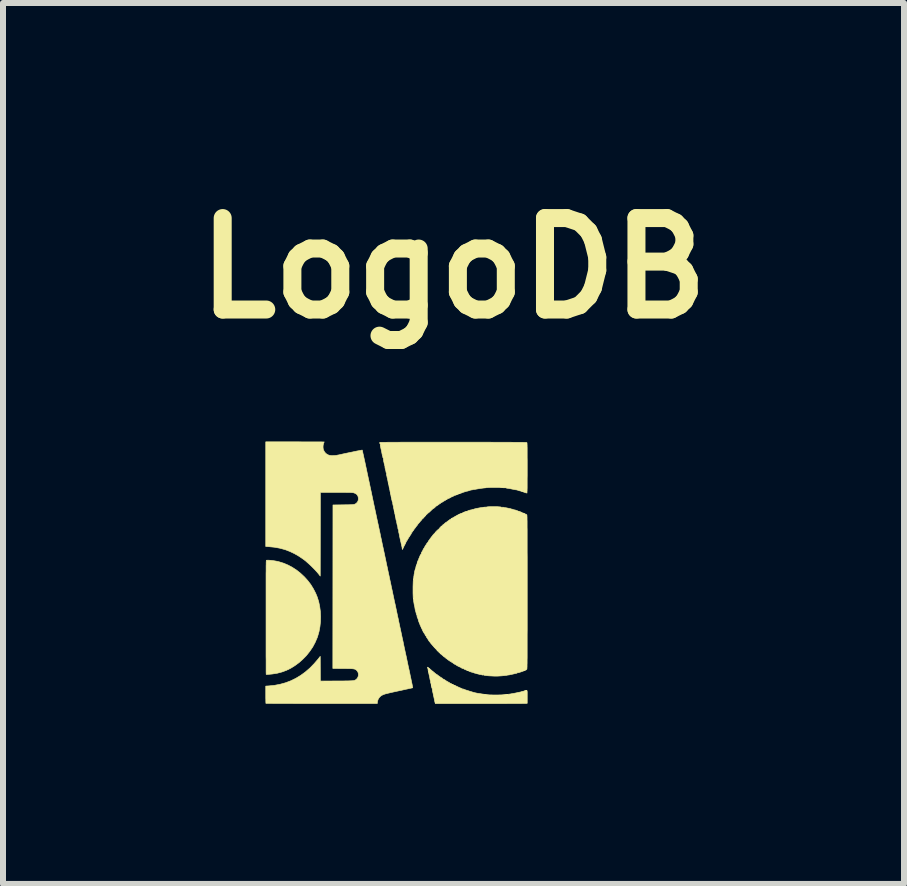
<source format=kicad_pcb>
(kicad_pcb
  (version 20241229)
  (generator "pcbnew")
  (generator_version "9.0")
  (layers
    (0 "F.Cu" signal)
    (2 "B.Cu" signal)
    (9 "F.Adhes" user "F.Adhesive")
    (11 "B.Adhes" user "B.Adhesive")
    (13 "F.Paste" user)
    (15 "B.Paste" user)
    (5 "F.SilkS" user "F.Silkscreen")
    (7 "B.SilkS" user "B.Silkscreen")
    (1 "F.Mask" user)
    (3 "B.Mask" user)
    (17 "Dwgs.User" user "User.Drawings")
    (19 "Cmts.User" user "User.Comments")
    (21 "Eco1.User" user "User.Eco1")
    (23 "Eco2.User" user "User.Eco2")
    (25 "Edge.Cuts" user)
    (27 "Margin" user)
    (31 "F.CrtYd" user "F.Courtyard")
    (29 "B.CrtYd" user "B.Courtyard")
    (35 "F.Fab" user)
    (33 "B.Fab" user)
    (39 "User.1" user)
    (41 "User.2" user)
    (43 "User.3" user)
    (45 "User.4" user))
  (footprint "LogoDB"
    (layer "F.Cu")
    (at 4.507 6.498)
    (property "Reference" "LogoDB" (at 0 -5.08 0) (layer "F.SilkS") (effects (font (size 1.524 1.524) (thickness 0.3))))
    (attr through_hole)
    (fp_poly (pts (xy -0.385 1.162) (xy -0.387 1.164) (xy -0.389 1.162) (xy -0.387 1.16) (xy -0.385 1.162)) (stroke (width 0.01) (type solid)) (fill yes) (layer "F.SilkS"))
    (fp_poly (pts (xy -0.301 1.255) (xy -0.303 1.257) (xy -0.305 1.255) (xy -0.303 1.253) (xy -0.301 1.255)) (stroke (width 0.01) (type solid)) (fill yes) (layer "F.SilkS"))
    (fp_poly (pts (xy -3.054 -0.212) (xy -3.017 -0.208) (xy -2.977 -0.202) (xy -2.939 -0.195) (xy -2.906 -0.187) (xy -2.829 -0.163) (xy -2.754 -0.131) (xy -2.682 -0.092) (xy -2.612 -0.046) (xy -2.547 0.006) (xy -2.486 0.063) (xy -2.429 0.126) (xy -2.378 0.193) (xy -2.334 0.265) (xy -2.296 0.339) (xy -2.271 0.4) (xy -2.247 0.476) (xy -2.23 0.557) (xy -2.219 0.64) (xy -2.215 0.725) (xy -2.217 0.81) (xy -2.226 0.894) (xy -2.241 0.975) (xy -2.263 1.052) (xy -2.272 1.078) (xy -2.306 1.157) (xy -2.347 1.234) (xy -2.397 1.307) (xy -2.452 1.376) (xy -2.505 1.43) (xy -2.571 1.49) (xy -2.64 1.541) (xy -2.71 1.585) (xy -2.783 1.621) (xy -2.859 1.649) (xy -2.938 1.67) (xy -3.021 1.683) (xy -3.089 1.689) (xy -3.104 1.69) (xy -3.116 1.69) (xy -3.122 1.689) (xy -3.122 1.689) (xy -3.122 1.684) (xy -3.122 1.672) (xy -3.123 1.652) (xy -3.123 1.624) (xy -3.123 1.59) (xy -3.123 1.549) (xy -3.123 1.502) (xy -3.123 1.449) (xy -3.124 1.39) (xy -3.124 1.327) (xy -3.124 1.258) (xy -3.124 1.186) (xy -3.124 1.11) (xy -3.124 1.03) (xy -3.124 0.947) (xy -3.124 0.861) (xy -3.124 0.773) (xy -3.124 0.737) (xy -3.124 0.631) (xy -3.124 0.533) (xy -3.124 0.444) (xy -3.124 0.361) (xy -3.124 0.286) (xy -3.124 0.218) (xy -3.124 0.156) (xy -3.124 0.1) (xy -3.124 0.05) (xy -3.124 0.006) (xy -3.123 -0.033) (xy -3.123 -0.067) (xy -3.123 -0.096) (xy -3.123 -0.122) (xy -3.122 -0.143) (xy -3.122 -0.161) (xy -3.122 -0.176) (xy -3.121 -0.187) (xy -3.121 -0.196) (xy -3.12 -0.203) (xy -3.119 -0.208) (xy -3.119 -0.211) (xy -3.118 -0.212) (xy -3.117 -0.213) (xy -3.117 -0.213) (xy -3.089 -0.214) (xy -3.054 -0.212)) (stroke (width 0.01) (type solid)) (fill yes) (layer "F.SilkS"))
    (fp_poly (pts (xy -2.578 -2.186) (xy -2.517 -2.185) (xy -2.459 -2.185) (xy -2.405 -2.185) (xy -2.354 -2.185) (xy -2.308 -2.185) (xy -2.267 -2.185) (xy -2.231 -2.185) (xy -2.202 -2.185) (xy -2.179 -2.184) (xy -2.164 -2.184) (xy -2.156 -2.184) (xy -2.155 -2.184) (xy -2.157 -2.18) (xy -2.161 -2.17) (xy -2.164 -2.162) (xy -2.17 -2.142) (xy -2.174 -2.117) (xy -2.174 -2.091) (xy -2.171 -2.066) (xy -2.166 -2.05) (xy -2.15 -2.019) (xy -2.128 -1.993) (xy -2.1 -1.974) (xy -2.077 -1.964) (xy -2.059 -1.96) (xy -2.036 -1.957) (xy -2.009 -1.957) (xy -1.981 -1.958) (xy -1.955 -1.96) (xy -1.941 -1.963) (xy -1.931 -1.965) (xy -1.913 -1.968) (xy -1.89 -1.973) (xy -1.86 -1.98) (xy -1.827 -1.987) (xy -1.79 -1.995) (xy -1.751 -2.003) (xy -1.718 -2.01) (xy -1.678 -2.018) (xy -1.642 -2.026) (xy -1.608 -2.033) (xy -1.579 -2.038) (xy -1.555 -2.043) (xy -1.537 -2.046) (xy -1.526 -2.048) (xy -1.522 -2.049) (xy -1.52 -2.044) (xy -1.517 -2.032) (xy -1.513 -2.014) (xy -1.508 -1.989) (xy -1.501 -1.96) (xy -1.494 -1.927) (xy -1.486 -1.89) (xy -1.479 -1.859) (xy -1.454 -1.741) (xy -1.431 -1.632) (xy -1.409 -1.53) (xy -1.389 -1.435) (xy -1.37 -1.346) (xy -1.353 -1.264) (xy -1.337 -1.188) (xy -1.322 -1.117) (xy -1.308 -1.052) (xy -1.295 -0.991) (xy -1.283 -0.934) (xy -1.272 -0.882) (xy -1.261 -0.832) (xy -1.255 -0.805) (xy -1.245 -0.757) (xy -1.234 -0.706) (xy -1.223 -0.655) (xy -1.213 -0.604) (xy -1.202 -0.556) (xy -1.193 -0.511) (xy -1.185 -0.472) (xy -1.178 -0.439) (xy -1.177 -0.437) (xy -1.17 -0.403) (xy -1.161 -0.362) (xy -1.151 -0.316) (xy -1.141 -0.267) (xy -1.13 -0.217) (xy -1.12 -0.167) (xy -1.11 -0.119) (xy -1.105 -0.099) (xy -1.095 -0.05) (xy -1.084 0.002) (xy -1.072 0.057) (xy -1.061 0.111) (xy -1.049 0.165) (xy -1.039 0.214) (xy -1.03 0.258) (xy -1.027 0.27) (xy -1.018 0.311) (xy -1.009 0.355) (xy -1 0.398) (xy -0.991 0.44) (xy -0.983 0.479) (xy -0.975 0.513) (xy -0.97 0.536) (xy -0.964 0.564) (xy -0.957 0.598) (xy -0.949 0.637) (xy -0.94 0.679) (xy -0.931 0.723) (xy -0.921 0.766) (xy -0.913 0.807) (xy -0.903 0.854) (xy -0.892 0.906) (xy -0.88 0.961) (xy -0.868 1.017) (xy -0.857 1.07) (xy -0.846 1.12) (xy -0.84 1.147) (xy -0.831 1.193) (xy -0.82 1.245) (xy -0.808 1.301) (xy -0.796 1.356) (xy -0.784 1.41) (xy -0.774 1.46) (xy -0.769 1.484) (xy -0.76 1.527) (xy -0.75 1.574) (xy -0.739 1.622) (xy -0.729 1.67) (xy -0.72 1.715) (xy -0.711 1.755) (xy -0.706 1.781) (xy -0.699 1.813) (xy -0.693 1.842) (xy -0.688 1.867) (xy -0.684 1.888) (xy -0.681 1.903) (xy -0.68 1.911) (xy -0.68 1.912) (xy -0.684 1.913) (xy -0.696 1.916) (xy -0.715 1.92) (xy -0.739 1.925) (xy -0.769 1.932) (xy -0.804 1.939) (xy -0.842 1.948) (xy -0.883 1.957) (xy -0.907 1.962) (xy -0.962 1.974) (xy -1.008 1.984) (xy -1.048 1.993) (xy -1.082 2.001) (xy -1.11 2.008) (xy -1.134 2.014) (xy -1.153 2.02) (xy -1.169 2.026) (xy -1.182 2.032) (xy -1.194 2.038) (xy -1.204 2.044) (xy -1.213 2.051) (xy -1.217 2.054) (xy -1.239 2.077) (xy -1.256 2.105) (xy -1.266 2.136) (xy -1.268 2.149) (xy -1.271 2.175) (xy -2.197 2.175) (xy -2.285 2.175) (xy -2.371 2.175) (xy -2.454 2.175) (xy -2.534 2.175) (xy -2.611 2.175) (xy -2.683 2.174) (xy -2.752 2.174) (xy -2.816 2.174) (xy -2.876 2.174) (xy -2.93 2.174) (xy -2.978 2.174) (xy -3.02 2.173) (xy -3.056 2.173) (xy -3.084 2.173) (xy -3.106 2.173) (xy -3.12 2.172) (xy -3.126 2.172) (xy -3.126 2.172) (xy -3.127 2.167) (xy -3.127 2.155) (xy -3.128 2.136) (xy -3.128 2.112) (xy -3.129 2.084) (xy -3.129 2.051) (xy -3.129 2.026) (xy -3.129 1.884) (xy -3.077 1.881) (xy -2.981 1.871) (xy -2.887 1.853) (xy -2.797 1.828) (xy -2.71 1.795) (xy -2.627 1.754) (xy -2.546 1.705) (xy -2.468 1.648) (xy -2.394 1.584) (xy -2.323 1.511) (xy -2.254 1.431) (xy -2.248 1.423) (xy -2.221 1.388) (xy -2.22 1.594) (xy -2.219 1.8) (xy -1.951 1.799) (xy -1.894 1.799) (xy -1.845 1.799) (xy -1.803 1.798) (xy -1.768 1.798) (xy -1.738 1.797) (xy -1.714 1.796) (xy -1.694 1.795) (xy -1.678 1.794) (xy -1.665 1.792) (xy -1.655 1.79) (xy -1.647 1.787) (xy -1.64 1.784) (xy -1.633 1.781) (xy -1.627 1.776) (xy -1.626 1.776) (xy -1.607 1.758) (xy -1.594 1.737) (xy -1.586 1.712) (xy -1.585 1.687) (xy -1.589 1.662) (xy -1.6 1.639) (xy -1.616 1.62) (xy -1.619 1.618) (xy -1.627 1.612) (xy -1.634 1.607) (xy -1.643 1.603) (xy -1.652 1.6) (xy -1.663 1.598) (xy -1.678 1.596) (xy -1.696 1.594) (xy -1.719 1.593) (xy -1.748 1.593) (xy -1.783 1.592) (xy -1.825 1.592) (xy -1.841 1.592) (xy -2.011 1.59) (xy -2.01 0.228) (xy -2.009 -1.134) (xy -1.84 -1.136) (xy -1.795 -1.137) (xy -1.758 -1.137) (xy -1.728 -1.138) (xy -1.703 -1.139) (xy -1.684 -1.14) (xy -1.669 -1.142) (xy -1.656 -1.144) (xy -1.647 -1.147) (xy -1.639 -1.15) (xy -1.631 -1.155) (xy -1.624 -1.16) (xy -1.622 -1.161) (xy -1.604 -1.179) (xy -1.592 -1.2) (xy -1.586 -1.226) (xy -1.586 -1.239) (xy -1.589 -1.269) (xy -1.599 -1.293) (xy -1.616 -1.313) (xy -1.641 -1.328) (xy -1.666 -1.337) (xy -1.672 -1.338) (xy -1.68 -1.339) (xy -1.691 -1.34) (xy -1.704 -1.341) (xy -1.721 -1.342) (xy -1.742 -1.342) (xy -1.769 -1.342) (xy -1.801 -1.343) (xy -1.839 -1.343) (xy -1.884 -1.343) (xy -1.937 -1.343) (xy -1.955 -1.343) (xy -2.219 -1.343) (xy -2.22 -0.646) (xy -2.221 0.051) (xy -2.252 0.011) (xy -2.275 -0.016) (xy -2.303 -0.047) (xy -2.335 -0.08) (xy -2.369 -0.114) (xy -2.404 -0.147) (xy -2.438 -0.177) (xy -2.469 -0.204) (xy -2.492 -0.222) (xy -2.57 -0.276) (xy -2.649 -0.322) (xy -2.729 -0.36) (xy -2.811 -0.391) (xy -2.897 -0.414) (xy -2.986 -0.43) (xy -3.079 -0.439) (xy -3.081 -0.439) (xy -3.129 -0.442) (xy -3.129 -2.186) (xy -2.642 -2.186) (xy -2.578 -2.186)) (stroke (width 0.01) (type solid)) (fill yes) (layer "F.SilkS"))
    (fp_poly (pts (xy -0.424 1.572) (xy -0.423 1.574) (xy -0.415 1.582) (xy -0.406 1.588) (xy -0.396 1.596) (xy -0.385 1.605) (xy -0.383 1.607) (xy -0.364 1.624) (xy -0.351 1.635) (xy -0.341 1.643) (xy -0.335 1.647) (xy -0.329 1.652) (xy -0.328 1.656) (xy -0.328 1.659) (xy -0.327 1.659) (xy -0.318 1.659) (xy -0.314 1.663) (xy -0.314 1.665) (xy -0.312 1.669) (xy -0.31 1.67) (xy -0.303 1.673) (xy -0.299 1.677) (xy -0.291 1.684) (xy -0.286 1.686) (xy -0.277 1.691) (xy -0.267 1.699) (xy -0.263 1.702) (xy -0.254 1.71) (xy -0.247 1.714) (xy -0.245 1.714) (xy -0.242 1.718) (xy -0.241 1.719) (xy -0.24 1.722) (xy -0.238 1.721) (xy -0.234 1.722) (xy -0.226 1.728) (xy -0.223 1.731) (xy -0.214 1.739) (xy -0.208 1.743) (xy -0.207 1.743) (xy -0.202 1.744) (xy -0.193 1.749) (xy -0.185 1.756) (xy -0.18 1.762) (xy -0.18 1.764) (xy -0.178 1.767) (xy -0.173 1.767) (xy -0.164 1.769) (xy -0.157 1.773) (xy -0.149 1.779) (xy -0.137 1.786) (xy -0.134 1.788) (xy -0.124 1.794) (xy -0.121 1.799) (xy -0.121 1.8) (xy -0.122 1.803) (xy -0.119 1.802) (xy -0.113 1.802) (xy -0.106 1.808) (xy -0.1 1.813) (xy -0.097 1.813) (xy -0.097 1.812) (xy -0.095 1.809) (xy -0.093 1.81) (xy -0.091 1.815) (xy -0.091 1.816) (xy -0.091 1.82) (xy -0.09 1.819) (xy -0.084 1.82) (xy -0.075 1.823) (xy -0.066 1.828) (xy -0.062 1.833) (xy -0.062 1.834) (xy -0.062 1.837) (xy -0.058 1.836) (xy -0.05 1.837) (xy -0.045 1.843) (xy -0.04 1.848) (xy -0.038 1.846) (xy -0.038 1.846) (xy -0.037 1.842) (xy -0.034 1.845) (xy -0.033 1.846) (xy -0.028 1.852) (xy -0.025 1.853) (xy -0.016 1.855) (xy -0.004 1.86) (xy 0.005 1.866) (xy 0.005 1.866) (xy 0.011 1.87) (xy 0.013 1.87) (xy 0.016 1.871) (xy 0.026 1.874) (xy 0.039 1.881) (xy 0.05 1.886) (xy 0.075 1.898) (xy 0.094 1.907) (xy 0.108 1.913) (xy 0.121 1.918) (xy 0.132 1.922) (xy 0.143 1.927) (xy 0.146 1.932) (xy 0.145 1.933) (xy 0.146 1.938) (xy 0.147 1.939) (xy 0.153 1.936) (xy 0.153 1.934) (xy 0.157 1.931) (xy 0.165 1.934) (xy 0.172 1.937) (xy 0.186 1.942) (xy 0.204 1.949) (xy 0.225 1.955) (xy 0.234 1.958) (xy 0.256 1.965) (xy 0.277 1.972) (xy 0.294 1.977) (xy 0.305 1.98) (xy 0.307 1.981) (xy 0.324 1.986) (xy 0.345 1.992) (xy 0.366 1.997) (xy 0.386 2.001) (xy 0.401 2.004) (xy 0.404 2.005) (xy 0.418 2.006) (xy 0.436 2.009) (xy 0.447 2.011) (xy 0.472 2.015) (xy 0.501 2.019) (xy 0.532 2.023) (xy 0.56 2.027) (xy 0.584 2.029) (xy 0.591 2.03) (xy 0.607 2.031) (xy 0.629 2.031) (xy 0.656 2.032) (xy 0.686 2.032) (xy 0.717 2.032) (xy 0.746 2.032) (xy 0.773 2.031) (xy 0.795 2.031) (xy 0.807 2.03) (xy 0.902 2.03) (xy 0.904 2.032) (xy 0.906 2.03) (xy 0.904 2.028) (xy 0.902 2.03) (xy 0.807 2.03) (xy 0.81 2.03) (xy 0.811 2.03) (xy 0.828 2.028) (xy 0.851 2.026) (xy 0.875 2.023) (xy 0.9 2.021) (xy 0.921 2.019) (xy 0.936 2.017) (xy 0.944 2.016) (xy 0.96 2.013) (xy 0.981 2.009) (xy 1.004 2.005) (xy 1.027 2.001) (xy 1.056 1.995) (xy 1.077 1.99) (xy 1.093 1.987) (xy 1.104 1.985) (xy 1.111 1.984) (xy 1.116 1.982) (xy 1.119 1.982) (xy 1.121 1.981) (xy 1.122 1.98) (xy 1.138 1.975) (xy 1.154 1.971) (xy 1.168 1.968) (xy 1.176 1.967) (xy 1.178 1.967) (xy 1.18 1.967) (xy 1.18 1.965) (xy 1.182 1.962) (xy 1.211 1.962) (xy 1.213 1.964) (xy 1.215 1.962) (xy 1.213 1.96) (xy 1.211 1.962) (xy 1.182 1.962) (xy 1.182 1.962) (xy 1.19 1.959) (xy 1.195 1.958) (xy 1.205 1.956) (xy 1.213 1.954) (xy 1.218 1.954) (xy 1.223 1.957) (xy 1.225 1.962) (xy 1.227 1.972) (xy 1.228 1.987) (xy 1.228 2.008) (xy 1.228 2.036) (xy 1.228 2.062) (xy 1.228 2.171) (xy 1.214 2.173) (xy 1.209 2.174) (xy 1.195 2.174) (xy 1.174 2.174) (xy 1.145 2.174) (xy 1.11 2.175) (xy 1.069 2.175) (xy 1.022 2.175) (xy 0.969 2.175) (xy 0.911 2.175) (xy 0.849 2.176) (xy 0.783 2.176) (xy 0.713 2.176) (xy 0.64 2.176) (xy 0.564 2.176) (xy 0.485 2.176) (xy 0.449 2.176) (xy -0.303 2.176) (xy -0.308 2.16) (xy -0.311 2.148) (xy -0.288 2.148) (xy -0.286 2.151) (xy -0.284 2.148) (xy -0.286 2.146) (xy -0.288 2.148) (xy -0.311 2.148) (xy -0.311 2.148) (xy -0.315 2.131) (xy -0.319 2.113) (xy -0.319 2.108) (xy -0.325 2.081) (xy -0.329 2.062) (xy -0.332 2.049) (xy -0.333 2.044) (xy -0.335 2.033) (xy 0.573 2.033) (xy 0.573 2.036) (xy 0.576 2.036) (xy 0.579 2.035) (xy 0.579 2.034) (xy 0.834 2.034) (xy 0.836 2.036) (xy 0.838 2.034) (xy 0.836 2.032) (xy 0.834 2.034) (xy 0.579 2.034) (xy 0.579 2.033) (xy 0.574 2.033) (xy 0.573 2.033) (xy -0.335 2.033) (xy -0.335 2.033) (xy -0.336 2.028) (xy -0.34 2.011) (xy -0.343 1.996) (xy -0.339 1.996) (xy -0.337 1.998) (xy -0.334 1.996) (xy -0.337 1.994) (xy -0.339 1.996) (xy -0.343 1.996) (xy -0.344 1.993) (xy -0.345 1.99) (xy -0.349 1.973) (xy -0.352 1.955) (xy -0.353 1.949) (xy -0.354 1.936) (xy -0.356 1.925) (xy -0.357 1.922) (xy -0.361 1.914) (xy -0.365 1.9) (xy -0.366 1.894) (xy -0.356 1.894) (xy -0.354 1.9) (xy -0.351 1.898) (xy -0.349 1.897) (xy -0.35 1.891) (xy -0.351 1.89) (xy -0.355 1.891) (xy -0.356 1.894) (xy -0.366 1.894) (xy -0.368 1.883) (xy -0.369 1.882) (xy 0.025 1.882) (xy 0.028 1.884) (xy 0.03 1.882) (xy 0.028 1.88) (xy 0.025 1.882) (xy -0.369 1.882) (xy -0.37 1.877) (xy -0.356 1.877) (xy -0.353 1.88) (xy -0.351 1.877) (xy -0.353 1.875) (xy -0.356 1.877) (xy -0.37 1.877) (xy -0.371 1.868) (xy -0.372 1.865) (xy -0.008 1.865) (xy -0.006 1.867) (xy -0.004 1.865) (xy -0.006 1.863) (xy -0.008 1.865) (xy -0.372 1.865) (xy -0.372 1.856) (xy -0.042 1.856) (xy -0.04 1.858) (xy -0.038 1.856) (xy -0.04 1.854) (xy -0.042 1.856) (xy -0.372 1.856) (xy -0.372 1.856) (xy -0.372 1.856) (xy -0.374 1.845) (xy -0.377 1.839) (xy -0.377 1.839) (xy -0.38 1.834) (xy -0.381 1.826) (xy -0.381 1.822) (xy -0.11 1.822) (xy -0.108 1.825) (xy -0.106 1.822) (xy -0.102 1.822) (xy -0.099 1.825) (xy -0.097 1.822) (xy -0.099 1.82) (xy -0.102 1.822) (xy -0.106 1.822) (xy -0.108 1.82) (xy -0.11 1.822) (xy -0.381 1.822) (xy -0.382 1.816) (xy -0.385 1.801) (xy -0.387 1.791) (xy -0.391 1.775) (xy -0.392 1.772) (xy -0.212 1.772) (xy -0.21 1.774) (xy -0.207 1.772) (xy -0.21 1.77) (xy -0.212 1.772) (xy -0.392 1.772) (xy -0.394 1.76) (xy -0.395 1.753) (xy -0.397 1.742) (xy -0.401 1.725) (xy -0.405 1.707) (xy -0.406 1.7) (xy -0.408 1.691) (xy -0.313 1.691) (xy -0.311 1.693) (xy -0.309 1.691) (xy -0.305 1.691) (xy -0.303 1.693) (xy -0.301 1.691) (xy -0.303 1.689) (xy -0.305 1.691) (xy -0.309 1.691) (xy -0.311 1.689) (xy -0.313 1.691) (xy -0.408 1.691) (xy -0.411 1.678) (xy -0.402 1.678) (xy -0.401 1.684) (xy -0.4 1.684) (xy -0.399 1.678) (xy -0.399 1.676) (xy -0.401 1.674) (xy -0.402 1.678) (xy -0.411 1.678) (xy -0.413 1.67) (xy -0.418 1.649) (xy -0.347 1.649) (xy -0.345 1.651) (xy -0.343 1.649) (xy -0.345 1.647) (xy -0.347 1.649) (xy -0.418 1.649) (xy -0.418 1.646) (xy -0.42 1.636) (xy -0.373 1.636) (xy -0.37 1.638) (xy -0.368 1.636) (xy -0.37 1.634) (xy -0.373 1.636) (xy -0.42 1.636) (xy -0.422 1.629) (xy -0.424 1.616) (xy -0.425 1.606) (xy -0.425 1.598) (xy -0.425 1.594) (xy -0.406 1.594) (xy -0.404 1.596) (xy -0.402 1.594) (xy -0.404 1.592) (xy -0.406 1.594) (xy -0.425 1.594) (xy -0.425 1.593) (xy -0.425 1.584) (xy -0.426 1.583) (xy -0.427 1.585) (xy -0.43 1.59) (xy -0.431 1.588) (xy -0.433 1.582) (xy -0.433 1.572) (xy -0.43 1.568) (xy -0.424 1.572)) (stroke (width 0.01) (type solid)) (fill yes) (layer "F.SilkS"))
    (fp_poly (pts (xy -0.075 -2.18) (xy 0.013 -2.18) (xy 0.101 -2.18) (xy 0.188 -2.18) (xy 0.275 -2.18) (xy 0.36 -2.18) (xy 0.444 -2.18) (xy 0.525 -2.18) (xy 0.604 -2.18) (xy 0.68 -2.179) (xy 0.752 -2.179) (xy 0.821 -2.179) (xy 0.886 -2.179) (xy 0.946 -2.179) (xy 1 -2.178) (xy 1.05 -2.178) (xy 1.094 -2.178) (xy 1.131 -2.178) (xy 1.162 -2.177) (xy 1.186 -2.177) (xy 1.203 -2.177) (xy 1.211 -2.176) (xy 1.213 -2.176) (xy 1.218 -2.174) (xy 1.221 -2.174) (xy 1.222 -2.174) (xy 1.223 -2.171) (xy 1.224 -2.166) (xy 1.225 -2.158) (xy 1.225 -2.147) (xy 1.226 -2.131) (xy 1.226 -2.111) (xy 1.227 -2.087) (xy 1.227 -2.057) (xy 1.227 -2.021) (xy 1.227 -1.979) (xy 1.227 -1.93) (xy 1.228 -1.874) (xy 1.228 -1.81) (xy 1.228 -1.76) (xy 1.228 -1.689) (xy 1.228 -1.625) (xy 1.227 -1.57) (xy 1.227 -1.522) (xy 1.227 -1.48) (xy 1.227 -1.445) (xy 1.227 -1.416) (xy 1.226 -1.392) (xy 1.226 -1.373) (xy 1.225 -1.359) (xy 1.224 -1.349) (xy 1.224 -1.343) (xy 1.223 -1.341) (xy 1.222 -1.341) (xy 1.219 -1.339) (xy 1.223 -1.338) (xy 1.226 -1.336) (xy 1.226 -1.334) (xy 1.221 -1.333) (xy 1.21 -1.335) (xy 1.197 -1.338) (xy 1.183 -1.343) (xy 1.176 -1.347) (xy 1.166 -1.35) (xy 1.162 -1.35) (xy 1.157 -1.352) (xy 1.158 -1.354) (xy 1.156 -1.356) (xy 1.151 -1.356) (xy 1.145 -1.356) (xy 1.143 -1.358) (xy 1.14 -1.361) (xy 1.135 -1.36) (xy 1.127 -1.361) (xy 1.124 -1.363) (xy 1.118 -1.367) (xy 1.114 -1.367) (xy 1.106 -1.369) (xy 1.103 -1.369) (xy 1.143 -1.369) (xy 1.145 -1.367) (xy 1.147 -1.369) (xy 1.147 -1.37) (xy 1.157 -1.37) (xy 1.158 -1.368) (xy 1.16 -1.367) (xy 1.163 -1.369) (xy 1.163 -1.37) (xy 1.158 -1.371) (xy 1.157 -1.37) (xy 1.147 -1.37) (xy 1.145 -1.372) (xy 1.143 -1.369) (xy 1.103 -1.369) (xy 1.093 -1.372) (xy 1.081 -1.376) (xy 1.066 -1.381) (xy 1.051 -1.385) (xy 1.044 -1.386) (xy 1.034 -1.387) (xy 1.019 -1.39) (xy 1 -1.394) (xy 0.988 -1.396) (xy 0.969 -1.4) (xy 0.948 -1.404) (xy 0.927 -1.408) (xy 0.908 -1.411) (xy 0.893 -1.413) (xy 0.883 -1.414) (xy 0.883 -1.414) (xy 0.882 -1.416) (xy 0.882 -1.417) (xy 0.879 -1.418) (xy 0.869 -1.42) (xy 0.853 -1.421) (xy 0.833 -1.421) (xy 0.829 -1.421) (xy 0.808 -1.422) (xy 0.79 -1.423) (xy 0.777 -1.424) (xy 0.77 -1.425) (xy 0.77 -1.425) (xy 0.768 -1.425) (xy 0.865 -1.425) (xy 0.866 -1.423) (xy 0.868 -1.422) (xy 0.871 -1.424) (xy 0.871 -1.425) (xy 0.866 -1.426) (xy 0.865 -1.425) (xy 0.768 -1.425) (xy 0.764 -1.426) (xy 0.752 -1.426) (xy 0.734 -1.426) (xy 0.712 -1.426) (xy 0.686 -1.426) (xy 0.659 -1.426) (xy 0.631 -1.426) (xy 0.605 -1.425) (xy 0.581 -1.424) (xy 0.58 -1.424) (xy 0.555 -1.422) (xy 0.525 -1.419) (xy 0.49 -1.415) (xy 0.452 -1.41) (xy 0.415 -1.404) (xy 0.379 -1.398) (xy 0.353 -1.393) (xy 0.337 -1.392) (xy 0.33 -1.394) (xy 0.327 -1.397) (xy 0.327 -1.395) (xy 0.325 -1.391) (xy 0.317 -1.387) (xy 0.313 -1.386) (xy 0.301 -1.383) (xy 0.296 -1.385) (xy 0.296 -1.385) (xy 0.294 -1.387) (xy 0.29 -1.384) (xy 0.284 -1.381) (xy 0.272 -1.377) (xy 0.258 -1.372) (xy 0.243 -1.368) (xy 0.229 -1.364) (xy 0.218 -1.362) (xy 0.212 -1.362) (xy 0.212 -1.362) (xy 0.209 -1.362) (xy 0.206 -1.359) (xy 0.198 -1.356) (xy 0.195 -1.356) (xy 0.19 -1.356) (xy 0.188 -1.354) (xy 0.182 -1.352) (xy 0.179 -1.352) (xy 0.175 -1.352) (xy 0.176 -1.35) (xy 0.176 -1.347) (xy 0.17 -1.347) (xy 0.163 -1.348) (xy 0.163 -1.347) (xy 0.16 -1.345) (xy 0.152 -1.341) (xy 0.138 -1.336) (xy 0.137 -1.335) (xy 0.112 -1.327) (xy 0.085 -1.317) (xy 0.052 -1.304) (xy 0.031 -1.296) (xy 0.019 -1.292) (xy 0.009 -1.29) (xy 0.006 -1.29) (xy 0.005 -1.29) (xy 0.006 -1.288) (xy 0.006 -1.283) (xy -0.001 -1.282) (xy -0.005 -1.282) (xy -0.008 -1.28) (xy -0.008 -1.279) (xy -0.012 -1.276) (xy -0.021 -1.272) (xy -0.026 -1.27) (xy -0.038 -1.266) (xy -0.045 -1.262) (xy -0.047 -1.261) (xy -0.053 -1.256) (xy -0.063 -1.251) (xy -0.076 -1.245) (xy -0.088 -1.24) (xy -0.096 -1.238) (xy -0.098 -1.239) (xy -0.101 -1.239) (xy -0.1 -1.237) (xy -0.1 -1.232) (xy -0.102 -1.232) (xy -0.108 -1.229) (xy -0.113 -1.226) (xy -0.12 -1.221) (xy -0.123 -1.222) (xy -0.127 -1.221) (xy -0.127 -1.22) (xy -0.13 -1.216) (xy -0.139 -1.21) (xy -0.149 -1.204) (xy -0.158 -1.2) (xy -0.163 -1.199) (xy -0.168 -1.196) (xy -0.17 -1.192) (xy -0.176 -1.186) (xy -0.179 -1.185) (xy -0.186 -1.183) (xy -0.195 -1.177) (xy -0.202 -1.172) (xy -0.208 -1.171) (xy -0.208 -1.171) (xy -0.212 -1.169) (xy -0.216 -1.164) (xy -0.22 -1.158) (xy -0.223 -1.157) (xy -0.228 -1.157) (xy -0.23 -1.155) (xy -0.245 -1.143) (xy -0.254 -1.136) (xy -0.26 -1.133) (xy -0.264 -1.133) (xy -0.264 -1.133) (xy -0.266 -1.133) (xy -0.265 -1.132) (xy -0.267 -1.127) (xy -0.273 -1.122) (xy -0.282 -1.117) (xy -0.289 -1.115) (xy -0.292 -1.115) (xy -0.295 -1.115) (xy -0.294 -1.113) (xy -0.297 -1.108) (xy -0.304 -1.1) (xy -0.313 -1.091) (xy -0.324 -1.082) (xy -0.333 -1.076) (xy -0.339 -1.073) (xy -0.342 -1.072) (xy -0.348 -1.066) (xy -0.359 -1.057) (xy -0.374 -1.042) (xy -0.394 -1.023) (xy -0.407 -1.011) (xy -0.418 -1.002) (xy -0.426 -0.997) (xy -0.428 -0.997) (xy -0.431 -0.997) (xy -0.431 -0.996) (xy -0.433 -0.991) (xy -0.439 -0.984) (xy -0.447 -0.976) (xy -0.454 -0.97) (xy -0.457 -0.969) (xy -0.463 -0.966) (xy -0.464 -0.965) (xy -0.464 -0.962) (xy -0.461 -0.963) (xy -0.46 -0.962) (xy -0.465 -0.957) (xy -0.469 -0.953) (xy -0.477 -0.944) (xy -0.482 -0.937) (xy -0.483 -0.935) (xy -0.485 -0.933) (xy -0.487 -0.933) (xy -0.491 -0.934) (xy -0.491 -0.933) (xy -0.494 -0.927) (xy -0.5 -0.919) (xy -0.508 -0.91) (xy -0.516 -0.903) (xy -0.522 -0.9) (xy -0.523 -0.901) (xy -0.524 -0.901) (xy -0.524 -0.899) (xy -0.525 -0.894) (xy -0.531 -0.886) (xy -0.531 -0.885) (xy -0.539 -0.878) (xy -0.542 -0.872) (xy -0.542 -0.872) (xy -0.544 -0.869) (xy -0.546 -0.87) (xy -0.55 -0.869) (xy -0.55 -0.867) (xy -0.553 -0.861) (xy -0.56 -0.851) (xy -0.571 -0.839) (xy -0.574 -0.836) (xy -0.584 -0.824) (xy -0.593 -0.814) (xy -0.597 -0.808) (xy -0.597 -0.808) (xy -0.599 -0.803) (xy -0.606 -0.794) (xy -0.611 -0.788) (xy -0.622 -0.775) (xy -0.632 -0.761) (xy -0.635 -0.757) (xy -0.641 -0.748) (xy -0.646 -0.743) (xy -0.648 -0.743) (xy -0.65 -0.741) (xy -0.65 -0.738) (xy -0.652 -0.732) (xy -0.655 -0.731) (xy -0.659 -0.73) (xy -0.659 -0.729) (xy -0.66 -0.724) (xy -0.664 -0.715) (xy -0.671 -0.706) (xy -0.677 -0.7) (xy -0.678 -0.699) (xy -0.681 -0.694) (xy -0.682 -0.692) (xy -0.685 -0.686) (xy -0.692 -0.678) (xy -0.699 -0.672) (xy -0.7 -0.668) (xy -0.7 -0.668) (xy -0.701 -0.663) (xy -0.705 -0.654) (xy -0.711 -0.643) (xy -0.718 -0.633) (xy -0.723 -0.627) (xy -0.727 -0.621) (xy -0.728 -0.618) (xy -0.731 -0.613) (xy -0.738 -0.605) (xy -0.74 -0.603) (xy -0.746 -0.596) (xy -0.746 -0.594) (xy -0.745 -0.595) (xy -0.741 -0.597) (xy -0.742 -0.595) (xy -0.745 -0.593) (xy -0.751 -0.584) (xy -0.753 -0.58) (xy -0.756 -0.573) (xy -0.757 -0.572) (xy -0.76 -0.567) (xy -0.766 -0.557) (xy -0.767 -0.553) (xy -0.773 -0.544) (xy -0.778 -0.54) (xy -0.779 -0.54) (xy -0.783 -0.54) (xy -0.783 -0.539) (xy -0.782 -0.529) (xy -0.785 -0.523) (xy -0.788 -0.523) (xy -0.791 -0.523) (xy -0.791 -0.52) (xy -0.792 -0.514) (xy -0.796 -0.502) (xy -0.801 -0.491) (xy -0.815 -0.466) (xy -0.827 -0.443) (xy -0.836 -0.423) (xy -0.843 -0.409) (xy -0.846 -0.4) (xy -0.847 -0.399) (xy -0.848 -0.394) (xy -0.852 -0.394) (xy -0.855 -0.4) (xy -0.855 -0.405) (xy -0.856 -0.413) (xy -0.857 -0.42) (xy -0.858 -0.429) (xy -0.861 -0.442) (xy -0.865 -0.46) (xy -0.867 -0.47) (xy -0.872 -0.489) (xy -0.868 -0.489) (xy -0.866 -0.487) (xy -0.864 -0.489) (xy -0.866 -0.491) (xy -0.868 -0.489) (xy -0.872 -0.489) (xy -0.875 -0.505) (xy -0.88 -0.525) (xy -0.861 -0.525) (xy -0.861 -0.521) (xy -0.86 -0.521) (xy -0.855 -0.524) (xy -0.855 -0.525) (xy -0.856 -0.527) (xy -0.8 -0.527) (xy -0.798 -0.525) (xy -0.796 -0.527) (xy -0.798 -0.529) (xy -0.8 -0.527) (xy -0.856 -0.527) (xy -0.857 -0.529) (xy -0.857 -0.529) (xy -0.861 -0.526) (xy -0.861 -0.525) (xy -0.88 -0.525) (xy -0.882 -0.534) (xy -0.888 -0.56) (xy -0.893 -0.584) (xy -0.898 -0.608) (xy -0.898 -0.612) (xy -0.745 -0.612) (xy -0.743 -0.61) (xy -0.741 -0.612) (xy -0.743 -0.614) (xy -0.745 -0.612) (xy -0.898 -0.612) (xy -0.902 -0.628) (xy -0.906 -0.649) (xy -0.909 -0.665) (xy -0.911 -0.671) (xy -0.914 -0.686) (xy -0.915 -0.695) (xy -0.915 -0.701) (xy -0.913 -0.707) (xy -0.912 -0.708) (xy -0.911 -0.714) (xy -0.915 -0.715) (xy -0.92 -0.717) (xy -0.921 -0.722) (xy -0.922 -0.73) (xy -0.924 -0.733) (xy -0.926 -0.738) (xy -0.928 -0.749) (xy -0.928 -0.756) (xy -0.93 -0.769) (xy -0.931 -0.779) (xy -0.932 -0.782) (xy -0.935 -0.788) (xy -0.938 -0.8) (xy -0.942 -0.815) (xy -0.931 -0.815) (xy -0.93 -0.81) (xy -0.929 -0.81) (xy -0.928 -0.815) (xy -0.928 -0.818) (xy -0.93 -0.819) (xy -0.931 -0.815) (xy -0.942 -0.815) (xy -0.942 -0.816) (xy -0.943 -0.823) (xy -0.605 -0.823) (xy -0.603 -0.821) (xy -0.601 -0.823) (xy -0.603 -0.826) (xy -0.605 -0.823) (xy -0.943 -0.823) (xy -0.945 -0.832) (xy -0.605 -0.832) (xy -0.603 -0.83) (xy -0.601 -0.832) (xy -0.603 -0.834) (xy -0.605 -0.832) (xy -0.945 -0.832) (xy -0.945 -0.832) (xy -0.946 -0.836) (xy -0.94 -0.836) (xy -0.938 -0.834) (xy -0.936 -0.836) (xy -0.938 -0.838) (xy -0.94 -0.836) (xy -0.946 -0.836) (xy -0.948 -0.847) (xy -0.95 -0.859) (xy -0.95 -0.864) (xy -0.95 -0.864) (xy -0.951 -0.868) (xy -0.951 -0.868) (xy -0.954 -0.872) (xy -0.957 -0.882) (xy -0.96 -0.896) (xy -0.96 -0.896) (xy -0.962 -0.911) (xy -0.966 -0.932) (xy -0.967 -0.933) (xy -0.5 -0.933) (xy -0.497 -0.931) (xy -0.495 -0.933) (xy -0.497 -0.936) (xy -0.5 -0.933) (xy -0.967 -0.933) (xy -0.97 -0.95) (xy -0.478 -0.95) (xy -0.476 -0.948) (xy -0.474 -0.95) (xy -0.476 -0.953) (xy -0.478 -0.95) (xy -0.97 -0.95) (xy -0.971 -0.956) (xy -0.972 -0.961) (xy -0.476 -0.961) (xy -0.476 -0.957) (xy -0.474 -0.957) (xy -0.47 -0.96) (xy -0.47 -0.961) (xy -0.471 -0.965) (xy -0.472 -0.965) (xy -0.475 -0.962) (xy -0.476 -0.961) (xy -0.972 -0.961) (xy -0.976 -0.981) (xy -0.978 -0.986) (xy -0.985 -1.022) (xy -0.985 -1.022) (xy -0.402 -1.022) (xy -0.4 -1.02) (xy -0.398 -1.022) (xy -0.4 -1.024) (xy -0.402 -1.022) (xy -0.985 -1.022) (xy -0.988 -1.035) (xy -0.411 -1.035) (xy -0.409 -1.033) (xy -0.406 -1.035) (xy -0.409 -1.037) (xy -0.411 -1.035) (xy -0.988 -1.035) (xy -0.991 -1.048) (xy -0.381 -1.048) (xy -0.379 -1.046) (xy -0.377 -1.048) (xy -0.379 -1.05) (xy -0.381 -1.048) (xy -0.991 -1.048) (xy -0.991 -1.05) (xy -0.993 -1.06) (xy -0.381 -1.06) (xy -0.379 -1.058) (xy -0.377 -1.06) (xy -0.379 -1.063) (xy -0.381 -1.06) (xy -0.993 -1.06) (xy -0.996 -1.072) (xy -0.999 -1.09) (xy -0.999 -1.09) (xy -0.347 -1.09) (xy -0.345 -1.088) (xy -0.343 -1.09) (xy -0.345 -1.092) (xy -0.347 -1.09) (xy -0.999 -1.09) (xy -1.001 -1.103) (xy -1.004 -1.114) (xy -1.006 -1.123) (xy -1.009 -1.134) (xy -1.012 -1.151) (xy -1.014 -1.164) (xy -1.015 -1.173) (xy -1.014 -1.175) (xy -1.012 -1.173) (xy -1.008 -1.169) (xy -1.008 -1.172) (xy -1.011 -1.178) (xy -1.013 -1.179) (xy -1.016 -1.182) (xy -1.019 -1.187) (xy -1.02 -1.187) (xy -1.016 -1.187) (xy -1.014 -1.185) (xy -1.012 -1.187) (xy -1.014 -1.19) (xy -1.016 -1.187) (xy -1.02 -1.187) (xy -1.023 -1.196) (xy -1.026 -1.21) (xy -1.03 -1.226) (xy -0.144 -1.226) (xy -0.142 -1.223) (xy -0.14 -1.226) (xy -0.142 -1.228) (xy -0.144 -1.226) (xy -1.03 -1.226) (xy -1.031 -1.23) (xy -0.127 -1.23) (xy -0.125 -1.228) (xy -0.123 -1.23) (xy -0.125 -1.232) (xy -0.127 -1.23) (xy -1.031 -1.23) (xy -1.031 -1.23) (xy -1.037 -1.257) (xy -1.037 -1.262) (xy -1.039 -1.27) (xy -1.033 -1.27) (xy -1.031 -1.267) (xy -1.03 -1.267) (xy -1.03 -1.269) (xy -0.066 -1.269) (xy -0.066 -1.266) (xy -0.064 -1.266) (xy -0.06 -1.267) (xy -0.061 -1.269) (xy -0.066 -1.269) (xy -0.066 -1.269) (xy -1.03 -1.269) (xy -1.03 -1.272) (xy -1.03 -1.273) (xy -1.033 -1.272) (xy -1.033 -1.27) (xy -1.039 -1.27) (xy -1.042 -1.282) (xy -1.043 -1.289) (xy -1.033 -1.289) (xy -1.032 -1.283) (xy -1.028 -1.285) (xy -1.027 -1.287) (xy -1.027 -1.289) (xy -0.008 -1.289) (xy -0.006 -1.287) (xy -0.004 -1.289) (xy -0.006 -1.291) (xy -0.008 -1.289) (xy -1.027 -1.289) (xy -1.027 -1.292) (xy -1.029 -1.293) (xy -1.032 -1.292) (xy -1.033 -1.289) (xy -1.043 -1.289) (xy -1.045 -1.301) (xy -1.048 -1.314) (xy 0.059 -1.314) (xy 0.061 -1.312) (xy 0.064 -1.314) (xy 0.061 -1.317) (xy 0.059 -1.314) (xy -1.048 -1.314) (xy -1.049 -1.316) (xy -1.05 -1.323) (xy -1.05 -1.327) (xy 0.059 -1.327) (xy 0.061 -1.325) (xy 0.064 -1.327) (xy 0.089 -1.327) (xy 0.091 -1.325) (xy 0.093 -1.327) (xy 0.091 -1.329) (xy 0.089 -1.327) (xy 0.064 -1.327) (xy 0.061 -1.329) (xy 0.059 -1.327) (xy -1.05 -1.327) (xy -1.051 -1.332) (xy 0.103 -1.332) (xy 0.104 -1.33) (xy 0.106 -1.329) (xy 0.109 -1.331) (xy 0.109 -1.332) (xy 0.104 -1.333) (xy 0.103 -1.332) (xy -1.051 -1.332) (xy -1.052 -1.335) (xy -1.052 -1.336) (xy 0.114 -1.336) (xy 0.116 -1.333) (xy 0.119 -1.336) (xy 0.116 -1.338) (xy 0.114 -1.336) (xy -1.052 -1.336) (xy -1.051 -1.34) (xy 0.093 -1.34) (xy 0.095 -1.338) (xy 0.097 -1.34) (xy 0.095 -1.342) (xy 0.093 -1.34) (xy -1.051 -1.34) (xy -1.051 -1.344) (xy -1.051 -1.345) (xy -1.052 -1.35) (xy -1.054 -1.35) (xy -1.057 -1.354) (xy -1.058 -1.36) (xy -1.059 -1.37) (xy -1.062 -1.384) (xy -1.064 -1.393) (xy -1.068 -1.41) (xy -1.071 -1.426) (xy -1.072 -1.429) (xy 0.526 -1.429) (xy 0.527 -1.427) (xy 0.529 -1.427) (xy 0.533 -1.428) (xy 0.532 -1.429) (xy 0.527 -1.43) (xy 0.526 -1.429) (xy -1.072 -1.429) (xy -1.073 -1.433) (xy -1.073 -1.434) (xy 0.467 -1.434) (xy 0.468 -1.431) (xy 0.47 -1.431) (xy 0.473 -1.432) (xy 0.473 -1.434) (xy 0.468 -1.434) (xy 0.467 -1.434) (xy -1.073 -1.434) (xy -1.075 -1.445) (xy -1.078 -1.463) (xy -1.083 -1.481) (xy -1.083 -1.484) (xy -1.087 -1.498) (xy -1.083 -1.498) (xy -1.081 -1.494) (xy -1.078 -1.491) (xy -1.076 -1.494) (xy -1.076 -1.494) (xy -1.071 -1.494) (xy -1.069 -1.491) (xy -1.068 -1.492) (xy -1.068 -1.497) (xy -1.068 -1.497) (xy -1.071 -1.497) (xy -1.071 -1.494) (xy -1.076 -1.494) (xy -1.076 -1.5) (xy -1.077 -1.502) (xy -1.081 -1.503) (xy -1.083 -1.498) (xy -1.087 -1.498) (xy -1.088 -1.502) (xy -1.091 -1.521) (xy -1.094 -1.535) (xy -1.094 -1.536) (xy -1.096 -1.548) (xy -1.098 -1.556) (xy -1.098 -1.557) (xy -1.1 -1.562) (xy -1.102 -1.573) (xy -1.106 -1.588) (xy -1.109 -1.605) (xy -1.11 -1.609) (xy -1.104 -1.609) (xy -1.104 -1.603) (xy -1.102 -1.603) (xy -1.102 -1.612) (xy -1.102 -1.614) (xy -1.104 -1.614) (xy -1.104 -1.609) (xy -1.11 -1.609) (xy -1.113 -1.621) (xy -1.116 -1.635) (xy -1.117 -1.644) (xy -1.118 -1.646) (xy -1.115 -1.645) (xy -1.114 -1.645) (xy -1.113 -1.646) (xy -1.115 -1.653) (xy -1.116 -1.655) (xy -1.124 -1.677) (xy -1.128 -1.701) (xy -1.128 -1.705) (xy -1.129 -1.711) (xy -1.131 -1.712) (xy -1.133 -1.715) (xy -1.135 -1.723) (xy -1.136 -1.726) (xy -1.139 -1.741) (xy -1.142 -1.758) (xy -1.142 -1.76) (xy -1.144 -1.775) (xy -1.141 -1.783) (xy -1.139 -1.786) (xy -1.142 -1.785) (xy -1.146 -1.787) (xy -1.149 -1.795) (xy -1.152 -1.809) (xy -1.154 -1.818) (xy -1.155 -1.825) (xy -1.157 -1.831) (xy -1.151 -1.831) (xy -1.149 -1.829) (xy -1.147 -1.831) (xy -1.149 -1.833) (xy -1.151 -1.831) (xy -1.157 -1.831) (xy -1.158 -1.836) (xy -1.159 -1.841) (xy -1.165 -1.866) (xy -1.169 -1.895) (xy -1.17 -1.91) (xy -1.171 -1.917) (xy -1.174 -1.919) (xy -1.177 -1.921) (xy -1.177 -1.925) (xy -1.183 -1.958) (xy -1.173 -1.958) (xy -1.171 -1.956) (xy -1.168 -1.958) (xy -1.171 -1.96) (xy -1.173 -1.958) (xy -1.183 -1.958) (xy -1.184 -1.96) (xy -1.185 -1.966) (xy -1.173 -1.966) (xy -1.171 -1.964) (xy -1.168 -1.966) (xy -1.171 -1.968) (xy -1.173 -1.966) (xy -1.185 -1.966) (xy -1.185 -1.967) (xy -1.182 -1.967) (xy -1.182 -1.967) (xy -1.177 -1.967) (xy -1.177 -1.968) (xy -1.18 -1.972) (xy -1.183 -1.973) (xy -1.189 -1.973) (xy -1.19 -1.974) (xy -1.19 -1.98) (xy -1.193 -1.993) (xy -1.196 -2.01) (xy -1.2 -2.029) (xy -1.204 -2.049) (xy -1.208 -2.067) (xy -1.211 -2.079) (xy -1.212 -2.085) (xy -1.206 -2.085) (xy -1.204 -2.083) (xy -1.202 -2.085) (xy -1.204 -2.087) (xy -1.206 -2.085) (xy -1.212 -2.085) (xy -1.215 -2.099) (xy -1.218 -2.117) (xy -1.218 -2.119) (xy -1.202 -2.119) (xy -1.2 -2.117) (xy -1.198 -2.119) (xy -1.2 -2.121) (xy -1.202 -2.119) (xy -1.218 -2.119) (xy -1.22 -2.132) (xy -1.22 -2.135) (xy -1.221 -2.146) (xy -1.223 -2.152) (xy -1.224 -2.152) (xy -1.226 -2.155) (xy -1.229 -2.162) (xy -1.23 -2.17) (xy -1.229 -2.176) (xy -1.229 -2.177) (xy -1.225 -2.177) (xy -1.212 -2.178) (xy -1.192 -2.178) (xy -1.165 -2.178) (xy -1.131 -2.178) (xy -1.09 -2.179) (xy -1.044 -2.179) (xy -0.991 -2.179) (xy -0.934 -2.179) (xy -0.872 -2.18) (xy -0.805 -2.18) (xy -0.734 -2.18) (xy -0.66 -2.18) (xy -0.583 -2.18) (xy -0.503 -2.18) (xy -0.42 -2.18) (xy -0.336 -2.18) (xy -0.25 -2.18) (xy -0.163 -2.18) (xy -0.075 -2.18)) (stroke (width 0.01) (type solid)) (fill yes) (layer "F.SilkS"))
    (fp_poly (pts (xy 0.68 -1.106) (xy 0.708 -1.106) (xy 0.735 -1.105) (xy 0.758 -1.103) (xy 0.776 -1.102) (xy 0.789 -1.1) (xy 0.792 -1.098) (xy 0.799 -1.096) (xy 0.811 -1.096) (xy 0.818 -1.096) (xy 0.832 -1.096) (xy 0.837 -1.094) (xy 0.836 -1.093) (xy 0.837 -1.09) (xy 0.84 -1.091) (xy 0.847 -1.091) (xy 0.859 -1.089) (xy 0.876 -1.087) (xy 0.896 -1.083) (xy 0.916 -1.079) (xy 0.935 -1.075) (xy 0.951 -1.071) (xy 0.962 -1.068) (xy 0.966 -1.066) (xy 0.971 -1.063) (xy 0.972 -1.064) (xy 0.978 -1.064) (xy 0.989 -1.061) (xy 0.994 -1.058) (xy 1.004 -1.054) (xy 1.012 -1.052) (xy 1.013 -1.053) (xy 1.018 -1.052) (xy 1.028 -1.05) (xy 1.041 -1.046) (xy 1.055 -1.041) (xy 1.067 -1.036) (xy 1.074 -1.033) (xy 1.076 -1.032) (xy 1.08 -1.028) (xy 1.081 -1.028) (xy 1.091 -1.029) (xy 1.096 -1.026) (xy 1.096 -1.026) (xy 1.096 -1.018) (xy 1.098 -1.017) (xy 1.1 -1.019) (xy 1.104 -1.022) (xy 1.112 -1.021) (xy 1.121 -1.017) (xy 1.132 -1.012) (xy 1.138 -1.008) (xy 1.139 -1.007) (xy 1.141 -1.005) (xy 1.143 -1.005) (xy 1.147 -1.005) (xy 1.147 -1.003) (xy 1.15 -1) (xy 1.151 -1.001) (xy 1.157 -1.001) (xy 1.166 -0.997) (xy 1.167 -0.997) (xy 1.177 -0.993) (xy 1.184 -0.991) (xy 1.184 -0.991) (xy 1.19 -0.988) (xy 1.194 -0.984) (xy 1.201 -0.98) (xy 1.205 -0.98) (xy 1.212 -0.979) (xy 1.213 -0.976) (xy 1.219 -0.97) (xy 1.222 -0.969) (xy 1.222 -0.969) (xy 1.223 -0.966) (xy 1.223 -0.96) (xy 1.224 -0.952) (xy 1.224 -0.942) (xy 1.225 -0.928) (xy 1.225 -0.911) (xy 1.225 -0.89) (xy 1.226 -0.866) (xy 1.226 -0.837) (xy 1.226 -0.804) (xy 1.226 -0.766) (xy 1.227 -0.723) (xy 1.227 -0.675) (xy 1.227 -0.622) (xy 1.227 -0.563) (xy 1.227 -0.497) (xy 1.227 -0.426) (xy 1.227 -0.348) (xy 1.228 -0.263) (xy 1.228 -0.171) (xy 1.228 -0.072) (xy 1.228 0.034) (xy 1.228 0.149) (xy 1.228 0.271) (xy 1.228 0.318) (xy 1.228 0.442) (xy 1.228 0.558) (xy 1.228 0.666) (xy 1.228 0.767) (xy 1.228 0.86) (xy 1.228 0.946) (xy 1.227 1.026) (xy 1.227 1.099) (xy 1.227 1.165) (xy 1.227 1.226) (xy 1.227 1.281) (xy 1.227 1.33) (xy 1.227 1.374) (xy 1.227 1.414) (xy 1.226 1.448) (xy 1.226 1.479) (xy 1.226 1.505) (xy 1.225 1.527) (xy 1.225 1.546) (xy 1.225 1.562) (xy 1.224 1.575) (xy 1.224 1.585) (xy 1.223 1.593) (xy 1.223 1.598) (xy 1.222 1.602) (xy 1.222 1.604) (xy 1.221 1.604) (xy 1.221 1.604) (xy 1.216 1.606) (xy 1.217 1.608) (xy 1.214 1.611) (xy 1.206 1.616) (xy 1.197 1.62) (xy 1.177 1.628) (xy 1.156 1.636) (xy 1.135 1.644) (xy 1.116 1.65) (xy 1.102 1.655) (xy 1.094 1.657) (xy 1.083 1.66) (xy 1.078 1.661) (xy 1.069 1.663) (xy 1.064 1.662) (xy 1.06 1.662) (xy 1.06 1.663) (xy 1.058 1.667) (xy 1.049 1.671) (xy 1.033 1.674) (xy 1.025 1.676) (xy 1.013 1.679) (xy 0.999 1.682) (xy 0.977 1.687) (xy 0.961 1.691) (xy 0.952 1.692) (xy 0.946 1.692) (xy 0.943 1.69) (xy 0.941 1.687) (xy 0.937 1.683) (xy 0.935 1.683) (xy 0.934 1.687) (xy 0.936 1.689) (xy 0.94 1.693) (xy 0.936 1.696) (xy 0.925 1.698) (xy 0.918 1.699) (xy 0.905 1.7) (xy 0.895 1.702) (xy 0.893 1.703) (xy 0.886 1.705) (xy 0.873 1.706) (xy 0.859 1.708) (xy 0.841 1.71) (xy 0.819 1.712) (xy 0.798 1.714) (xy 0.796 1.714) (xy 0.765 1.716) (xy 0.728 1.718) (xy 0.687 1.718) (xy 0.644 1.716) (xy 0.602 1.714) (xy 0.574 1.712) (xy 0.545 1.709) (xy 0.524 1.706) (xy 0.511 1.703) (xy 0.504 1.7) (xy 0.497 1.695) (xy 0.492 1.694) (xy 0.493 1.697) (xy 0.493 1.698) (xy 0.492 1.7) (xy 0.484 1.7) (xy 0.465 1.695) (xy 0.445 1.691) (xy 0.422 1.686) (xy 0.395 1.679) (xy 0.391 1.678) (xy 0.433 1.678) (xy 0.434 1.68) (xy 0.436 1.681) (xy 0.44 1.679) (xy 0.439 1.678) (xy 0.434 1.677) (xy 0.433 1.678) (xy 0.391 1.678) (xy 0.377 1.674) (xy 0.491 1.674) (xy 0.493 1.676) (xy 0.495 1.674) (xy 0.493 1.672) (xy 0.491 1.674) (xy 0.377 1.674) (xy 0.362 1.67) (xy 0.357 1.669) (xy 0.343 1.665) (xy 0.335 1.661) (xy 0.333 1.658) (xy 0.333 1.657) (xy 1.043 1.657) (xy 1.043 1.659) (xy 1.046 1.659) (xy 1.049 1.658) (xy 1.048 1.657) (xy 1.043 1.656) (xy 1.043 1.657) (xy 0.333 1.657) (xy 0.333 1.656) (xy 0.331 1.657) (xy 0.325 1.657) (xy 0.314 1.655) (xy 0.299 1.651) (xy 0.284 1.646) (xy 0.283 1.646) (xy 0.297 1.646) (xy 0.3 1.646) (xy 0.308 1.644) (xy 0.311 1.643) (xy 0.315 1.64) (xy 0.326 1.64) (xy 0.328 1.643) (xy 0.33 1.64) (xy 0.328 1.638) (xy 0.326 1.64) (xy 0.315 1.64) (xy 0.316 1.64) (xy 0.313 1.639) (xy 0.304 1.641) (xy 0.301 1.643) (xy 0.297 1.646) (xy 0.283 1.646) (xy 0.269 1.641) (xy 0.257 1.635) (xy 0.251 1.632) (xy 0.258 1.632) (xy 0.26 1.634) (xy 0.262 1.632) (xy 0.26 1.63) (xy 0.258 1.632) (xy 0.251 1.632) (xy 0.249 1.631) (xy 0.248 1.629) (xy 0.248 1.626) (xy 0.246 1.627) (xy 0.239 1.628) (xy 0.234 1.626) (xy 0.226 1.623) (xy 0.217 1.619) (xy 1.178 1.619) (xy 1.179 1.621) (xy 1.181 1.621) (xy 1.185 1.62) (xy 1.184 1.619) (xy 1.179 1.618) (xy 1.178 1.619) (xy 0.217 1.619) (xy 0.214 1.617) (xy 0.208 1.615) (xy 0.224 1.615) (xy 0.226 1.617) (xy 0.229 1.615) (xy 0.226 1.613) (xy 0.224 1.615) (xy 0.208 1.615) (xy 0.198 1.611) (xy 0.198 1.611) (xy 0.184 1.605) (xy 0.175 1.6) (xy 0.171 1.596) (xy 0.172 1.596) (xy 0.17 1.594) (xy 0.166 1.594) (xy 0.156 1.592) (xy 0.143 1.587) (xy 0.13 1.581) (xy 0.125 1.577) (xy 0.127 1.577) (xy 0.129 1.579) (xy 0.131 1.577) (xy 0.129 1.575) (xy 0.127 1.577) (xy 0.125 1.577) (xy 0.121 1.574) (xy 0.12 1.572) (xy 0.114 1.568) (xy 0.112 1.568) (xy 0.107 1.567) (xy 0.101 1.564) (xy 0.095 1.559) (xy 0.093 1.56) (xy 0.09 1.559) (xy 0.082 1.555) (xy 0.071 1.55) (xy 0.068 1.548) (xy 0.078 1.548) (xy 0.079 1.55) (xy 0.084 1.554) (xy 0.085 1.554) (xy 0.089 1.551) (xy 0.089 1.55) (xy 0.085 1.547) (xy 0.083 1.547) (xy 0.12 1.547) (xy 0.121 1.549) (xy 0.123 1.549) (xy 0.126 1.548) (xy 0.126 1.547) (xy 0.121 1.546) (xy 0.12 1.547) (xy 0.083 1.547) (xy 0.078 1.548) (xy 0.068 1.548) (xy 0.059 1.543) (xy 0.049 1.537) (xy 0.043 1.533) (xy 0.042 1.532) (xy 0.038 1.529) (xy 0.028 1.524) (xy 0.016 1.518) (xy 0.003 1.51) (xy -0.005 1.504) (xy -0.008 1.5) (xy -0.01 1.496) (xy -0.012 1.496) (xy -0.018 1.496) (xy -0.025 1.492) (xy -0.031 1.486) (xy -0.032 1.481) (xy -0.032 1.479) (xy -0.035 1.48) (xy -0.043 1.479) (xy -0.048 1.476) (xy -0.055 1.47) (xy -0.059 1.469) (xy -0.063 1.467) (xy -0.064 1.466) (xy -0.067 1.462) (xy -0.075 1.457) (xy -0.086 1.451) (xy -0.093 1.446) (xy -0.089 1.446) (xy -0.087 1.448) (xy -0.085 1.446) (xy -0.087 1.444) (xy -0.089 1.446) (xy -0.093 1.446) (xy -0.098 1.442) (xy -0.1 1.44) (xy -0.109 1.432) (xy -0.114 1.429) (xy -0.115 1.429) (xy -0.119 1.428) (xy -0.126 1.421) (xy -0.129 1.418) (xy -0.135 1.411) (xy -0.139 1.408) (xy -0.14 1.408) (xy -0.142 1.408) (xy -0.146 1.403) (xy -0.151 1.398) (xy -0.152 1.398) (xy -0.155 1.398) (xy -0.162 1.393) (xy -0.164 1.391) (xy -0.152 1.391) (xy -0.15 1.393) (xy -0.148 1.391) (xy -0.15 1.389) (xy -0.152 1.391) (xy -0.164 1.391) (xy -0.167 1.388) (xy -0.178 1.378) (xy -0.189 1.369) (xy -0.192 1.366) (xy -0.21 1.352) (xy -0.222 1.341) (xy -0.227 1.336) (xy -0.212 1.336) (xy -0.21 1.338) (xy -0.207 1.336) (xy -0.21 1.333) (xy -0.212 1.336) (xy -0.227 1.336) (xy -0.228 1.334) (xy -0.231 1.328) (xy -0.231 1.324) (xy -0.23 1.318) (xy -0.233 1.317) (xy -0.236 1.319) (xy -0.235 1.321) (xy -0.235 1.325) (xy -0.236 1.325) (xy -0.241 1.322) (xy -0.25 1.314) (xy -0.261 1.303) (xy -0.273 1.291) (xy -0.276 1.287) (xy -0.271 1.287) (xy -0.268 1.291) (xy -0.267 1.291) (xy -0.263 1.29) (xy -0.262 1.289) (xy -0.265 1.286) (xy -0.267 1.285) (xy -0.271 1.285) (xy -0.271 1.287) (xy -0.276 1.287) (xy -0.284 1.278) (xy -0.293 1.267) (xy -0.299 1.26) (xy -0.3 1.257) (xy -0.302 1.252) (xy -0.306 1.251) (xy -0.312 1.249) (xy -0.314 1.247) (xy -0.317 1.241) (xy -0.324 1.234) (xy -0.318 1.234) (xy -0.315 1.236) (xy -0.313 1.234) (xy -0.315 1.232) (xy -0.318 1.234) (xy -0.324 1.234) (xy -0.325 1.234) (xy -0.328 1.231) (xy -0.335 1.224) (xy -0.338 1.22) (xy -0.338 1.219) (xy -0.34 1.216) (xy -0.346 1.209) (xy -0.353 1.2) (xy -0.339 1.2) (xy -0.337 1.202) (xy -0.334 1.2) (xy -0.335 1.199) (xy -0.329 1.199) (xy -0.328 1.202) (xy -0.326 1.202) (xy -0.322 1.201) (xy -0.323 1.199) (xy -0.328 1.199) (xy -0.329 1.199) (xy -0.335 1.199) (xy -0.337 1.198) (xy -0.339 1.2) (xy -0.353 1.2) (xy -0.355 1.198) (xy -0.358 1.195) (xy -0.369 1.183) (xy -0.376 1.175) (xy -0.351 1.175) (xy -0.349 1.177) (xy -0.347 1.175) (xy -0.349 1.173) (xy -0.351 1.175) (xy -0.376 1.175) (xy -0.377 1.173) (xy -0.381 1.167) (xy -0.381 1.167) (xy -0.384 1.161) (xy -0.39 1.154) (xy -0.391 1.154) (xy -0.401 1.143) (xy -0.409 1.133) (xy -0.414 1.126) (xy -0.415 1.124) (xy -0.417 1.119) (xy -0.423 1.111) (xy -0.423 1.11) (xy -0.428 1.102) (xy -0.429 1.095) (xy -0.429 1.095) (xy -0.428 1.092) (xy -0.43 1.093) (xy -0.434 1.092) (xy -0.439 1.085) (xy -0.446 1.076) (xy -0.451 1.066) (xy -0.451 1.065) (xy -0.428 1.065) (xy -0.425 1.067) (xy -0.423 1.065) (xy -0.419 1.065) (xy -0.417 1.067) (xy -0.415 1.065) (xy -0.417 1.063) (xy -0.419 1.065) (xy -0.423 1.065) (xy -0.425 1.063) (xy -0.428 1.065) (xy -0.451 1.065) (xy -0.453 1.057) (xy -0.453 1.057) (xy -0.455 1.052) (xy -0.457 1.052) (xy -0.461 1.05) (xy -0.467 1.044) (xy -0.472 1.035) (xy -0.474 1.027) (xy -0.474 1.027) (xy -0.476 1.021) (xy -0.478 1.02) (xy -0.481 1.016) (xy -0.487 1.006) (xy -0.495 0.994) (xy -0.503 0.98) (xy -0.507 0.974) (xy -0.491 0.974) (xy -0.488 0.978) (xy -0.487 0.978) (xy -0.483 0.975) (xy -0.483 0.974) (xy -0.486 0.97) (xy -0.487 0.969) (xy -0.491 0.973) (xy -0.491 0.974) (xy -0.507 0.974) (xy -0.51 0.968) (xy -0.515 0.958) (xy -0.516 0.954) (xy -0.518 0.95) (xy -0.523 0.94) (xy -0.529 0.926) (xy -0.537 0.91) (xy -0.539 0.904) (xy -0.533 0.904) (xy -0.531 0.906) (xy -0.529 0.904) (xy -0.531 0.902) (xy -0.533 0.904) (xy -0.539 0.904) (xy -0.544 0.894) (xy -0.551 0.879) (xy -0.557 0.867) (xy -0.559 0.862) (xy -0.562 0.854) (xy -0.561 0.851) (xy -0.561 0.847) (xy -0.562 0.847) (xy -0.565 0.843) (xy -0.57 0.834) (xy -0.571 0.831) (xy -0.574 0.823) (xy -0.567 0.823) (xy -0.565 0.826) (xy -0.563 0.823) (xy -0.565 0.821) (xy -0.567 0.823) (xy -0.574 0.823) (xy -0.576 0.816) (xy -0.582 0.803) (xy -0.582 0.802) (xy -0.587 0.788) (xy -0.589 0.774) (xy -0.591 0.768) (xy -0.588 0.768) (xy -0.586 0.77) (xy -0.584 0.768) (xy -0.586 0.766) (xy -0.588 0.768) (xy -0.591 0.768) (xy -0.592 0.763) (xy -0.595 0.756) (xy -0.595 0.756) (xy -0.601 0.747) (xy -0.606 0.734) (xy -0.608 0.72) (xy -0.607 0.711) (xy -0.606 0.704) (xy -0.609 0.704) (xy -0.613 0.703) (xy -0.616 0.695) (xy -0.62 0.681) (xy -0.625 0.661) (xy -0.63 0.641) (xy -0.635 0.627) (xy -0.639 0.61) (xy -0.642 0.591) (xy -0.645 0.573) (xy -0.645 0.564) (xy -0.646 0.558) (xy -0.648 0.557) (xy -0.65 0.553) (xy -0.652 0.542) (xy -0.656 0.523) (xy -0.66 0.498) (xy -0.665 0.466) (xy -0.67 0.432) (xy -0.67 0.428) (xy -0.665 0.428) (xy -0.663 0.432) (xy -0.66 0.428) (xy -0.659 0.425) (xy -0.658 0.421) (xy -0.66 0.421) (xy -0.664 0.427) (xy -0.665 0.428) (xy -0.67 0.428) (xy -0.672 0.415) (xy -0.669 0.415) (xy -0.667 0.418) (xy -0.666 0.418) (xy -0.666 0.413) (xy -0.666 0.412) (xy -0.669 0.413) (xy -0.669 0.415) (xy -0.672 0.415) (xy -0.672 0.414) (xy -0.673 0.391) (xy -0.674 0.363) (xy -0.675 0.332) (xy -0.675 0.299) (xy -0.675 0.265) (xy -0.675 0.231) (xy -0.674 0.198) (xy -0.673 0.167) (xy -0.672 0.139) (xy -0.67 0.116) (xy -0.67 0.11) (xy -0.665 0.11) (xy -0.662 0.114) (xy -0.66 0.114) (xy -0.656 0.113) (xy -0.656 0.112) (xy -0.659 0.109) (xy -0.66 0.108) (xy -0.664 0.108) (xy -0.665 0.11) (xy -0.67 0.11) (xy -0.669 0.097) (xy -0.667 0.085) (xy -0.664 0.081) (xy -0.662 0.077) (xy -0.662 0.076) (xy -0.663 0.071) (xy -0.662 0.059) (xy -0.659 0.043) (xy -0.657 0.023) (xy -0.653 0.003) (xy -0.65 -0.015) (xy -0.646 -0.034) (xy -0.641 -0.053) (xy -0.639 -0.057) (xy -0.631 -0.057) (xy -0.629 -0.055) (xy -0.627 -0.057) (xy -0.629 -0.059) (xy -0.631 -0.057) (xy -0.639 -0.057) (xy -0.635 -0.07) (xy -0.63 -0.082) (xy -0.627 -0.086) (xy -0.623 -0.092) (xy -0.626 -0.091) (xy -0.626 -0.091) (xy -0.63 -0.09) (xy -0.629 -0.095) (xy -0.627 -0.103) (xy -0.623 -0.115) (xy -0.62 -0.125) (xy -0.614 -0.125) (xy -0.612 -0.123) (xy -0.61 -0.125) (xy -0.605 -0.125) (xy -0.603 -0.123) (xy -0.601 -0.125) (xy -0.603 -0.127) (xy -0.605 -0.125) (xy -0.61 -0.125) (xy -0.612 -0.127) (xy -0.614 -0.125) (xy -0.62 -0.125) (xy -0.62 -0.125) (xy -0.616 -0.137) (xy -0.612 -0.145) (xy -0.609 -0.146) (xy -0.607 -0.147) (xy -0.608 -0.15) (xy -0.608 -0.158) (xy -0.608 -0.159) (xy -0.593 -0.159) (xy -0.591 -0.157) (xy -0.588 -0.159) (xy -0.591 -0.161) (xy -0.593 -0.159) (xy -0.608 -0.159) (xy -0.605 -0.17) (xy -0.605 -0.171) (xy -0.601 -0.171) (xy -0.599 -0.169) (xy -0.597 -0.171) (xy -0.599 -0.174) (xy -0.601 -0.171) (xy -0.605 -0.171) (xy -0.601 -0.185) (xy -0.595 -0.2) (xy -0.589 -0.213) (xy -0.584 -0.222) (xy -0.58 -0.224) (xy -0.576 -0.226) (xy -0.578 -0.228) (xy -0.58 -0.233) (xy -0.578 -0.242) (xy -0.573 -0.252) (xy -0.567 -0.258) (xy -0.563 -0.259) (xy -0.559 -0.259) (xy -0.562 -0.261) (xy -0.563 -0.262) (xy -0.565 -0.265) (xy -0.565 -0.271) (xy -0.561 -0.282) (xy -0.557 -0.29) (xy -0.555 -0.294) (xy -0.546 -0.294) (xy -0.544 -0.292) (xy -0.542 -0.294) (xy -0.544 -0.296) (xy -0.546 -0.294) (xy -0.555 -0.294) (xy -0.551 -0.302) (xy -0.545 -0.311) (xy -0.542 -0.313) (xy -0.538 -0.316) (xy -0.538 -0.316) (xy -0.538 -0.33) (xy -0.534 -0.341) (xy -0.532 -0.344) (xy -0.526 -0.353) (xy -0.523 -0.359) (xy -0.519 -0.366) (xy -0.516 -0.368) (xy -0.513 -0.371) (xy -0.513 -0.371) (xy -0.512 -0.378) (xy -0.512 -0.379) (xy -0.5 -0.379) (xy -0.497 -0.377) (xy -0.495 -0.379) (xy -0.497 -0.381) (xy -0.5 -0.379) (xy -0.512 -0.379) (xy -0.508 -0.388) (xy -0.503 -0.399) (xy -0.497 -0.409) (xy -0.492 -0.414) (xy -0.491 -0.415) (xy -0.487 -0.418) (xy -0.487 -0.42) (xy -0.485 -0.426) (xy -0.483 -0.43) (xy -0.478 -0.43) (xy -0.476 -0.428) (xy -0.474 -0.43) (xy -0.47 -0.43) (xy -0.468 -0.428) (xy -0.466 -0.43) (xy -0.461 -0.43) (xy -0.459 -0.428) (xy -0.457 -0.43) (xy -0.459 -0.432) (xy -0.461 -0.43) (xy -0.466 -0.43) (xy -0.468 -0.432) (xy -0.47 -0.43) (xy -0.474 -0.43) (xy -0.476 -0.432) (xy -0.478 -0.43) (xy -0.483 -0.43) (xy -0.48 -0.436) (xy -0.473 -0.448) (xy -0.466 -0.46) (xy -0.459 -0.47) (xy -0.454 -0.476) (xy -0.453 -0.476) (xy -0.451 -0.478) (xy -0.45 -0.483) (xy -0.446 -0.492) (xy -0.44 -0.5) (xy -0.433 -0.506) (xy -0.43 -0.511) (xy -0.427 -0.513) (xy -0.426 -0.513) (xy -0.424 -0.515) (xy -0.425 -0.516) (xy -0.424 -0.521) (xy -0.421 -0.525) (xy -0.417 -0.531) (xy -0.402 -0.531) (xy -0.4 -0.529) (xy -0.398 -0.531) (xy -0.4 -0.533) (xy -0.402 -0.531) (xy -0.417 -0.531) (xy -0.416 -0.532) (xy -0.415 -0.536) (xy -0.411 -0.543) (xy -0.409 -0.545) (xy -0.403 -0.55) (xy -0.402 -0.553) (xy -0.4 -0.558) (xy -0.398 -0.559) (xy -0.394 -0.562) (xy -0.394 -0.564) (xy -0.391 -0.571) (xy -0.385 -0.578) (xy -0.377 -0.588) (xy -0.372 -0.596) (xy -0.37 -0.599) (xy -0.356 -0.599) (xy -0.353 -0.597) (xy -0.351 -0.599) (xy -0.353 -0.601) (xy -0.356 -0.599) (xy -0.37 -0.599) (xy -0.367 -0.603) (xy -0.363 -0.603) (xy -0.36 -0.602) (xy -0.361 -0.604) (xy -0.361 -0.61) (xy -0.357 -0.613) (xy -0.352 -0.617) (xy -0.352 -0.618) (xy -0.352 -0.621) (xy -0.347 -0.629) (xy -0.337 -0.64) (xy -0.323 -0.655) (xy -0.319 -0.659) (xy -0.309 -0.669) (xy -0.304 -0.675) (xy -0.292 -0.675) (xy -0.29 -0.673) (xy -0.288 -0.675) (xy -0.29 -0.677) (xy -0.292 -0.675) (xy -0.304 -0.675) (xy -0.302 -0.677) (xy -0.301 -0.68) (xy -0.298 -0.684) (xy -0.29 -0.692) (xy -0.28 -0.703) (xy -0.268 -0.714) (xy -0.258 -0.723) (xy -0.249 -0.73) (xy -0.245 -0.732) (xy -0.241 -0.736) (xy -0.241 -0.737) (xy -0.239 -0.742) (xy -0.231 -0.75) (xy -0.222 -0.761) (xy -0.212 -0.771) (xy -0.21 -0.773) (xy -0.195 -0.773) (xy -0.193 -0.77) (xy -0.191 -0.773) (xy -0.193 -0.775) (xy -0.195 -0.773) (xy -0.21 -0.773) (xy -0.205 -0.777) (xy -0.182 -0.777) (xy -0.18 -0.775) (xy -0.178 -0.777) (xy -0.18 -0.779) (xy -0.182 -0.777) (xy -0.205 -0.777) (xy -0.203 -0.779) (xy -0.197 -0.783) (xy -0.197 -0.783) (xy -0.193 -0.786) (xy -0.186 -0.793) (xy -0.184 -0.796) (xy -0.176 -0.804) (xy -0.17 -0.808) (xy -0.17 -0.809) (xy -0.165 -0.811) (xy -0.156 -0.818) (xy -0.146 -0.828) (xy -0.135 -0.837) (xy -0.127 -0.843) (xy -0.124 -0.845) (xy -0.12 -0.846) (xy -0.114 -0.85) (xy -0.103 -0.86) (xy -0.095 -0.866) (xy -0.089 -0.868) (xy -0.087 -0.868) (xy -0.082 -0.87) (xy -0.082 -0.87) (xy -0.047 -0.87) (xy -0.044 -0.868) (xy -0.042 -0.87) (xy -0.044 -0.872) (xy -0.047 -0.87) (xy -0.082 -0.87) (xy -0.083 -0.872) (xy -0.082 -0.876) (xy -0.079 -0.876) (xy -0.072 -0.88) (xy -0.07 -0.883) (xy -0.068 -0.888) (xy -0.063 -0.886) (xy -0.058 -0.882) (xy -0.053 -0.879) (xy -0.054 -0.88) (xy -0.054 -0.88) (xy -0.058 -0.886) (xy -0.059 -0.891) (xy -0.059 -0.894) (xy -0.057 -0.892) (xy -0.053 -0.894) (xy -0.045 -0.899) (xy -0.042 -0.902) (xy -0.04 -0.904) (xy -0.021 -0.904) (xy -0.019 -0.902) (xy -0.017 -0.904) (xy -0.013 -0.904) (xy -0.011 -0.902) (xy -0.008 -0.904) (xy -0.011 -0.906) (xy -0.013 -0.904) (xy -0.017 -0.904) (xy -0.019 -0.906) (xy -0.021 -0.904) (xy -0.04 -0.904) (xy -0.033 -0.91) (xy -0.026 -0.914) (xy -0.025 -0.914) (xy -0.019 -0.916) (xy -0.009 -0.922) (xy -0.005 -0.925) (xy 0.008 -0.932) (xy 0.025 -0.942) (xy 0.055 -0.942) (xy 0.057 -0.94) (xy 0.059 -0.942) (xy 0.057 -0.944) (xy 0.055 -0.942) (xy 0.025 -0.942) (xy 0.026 -0.942) (xy 0.033 -0.946) (xy 0.089 -0.946) (xy 0.091 -0.944) (xy 0.093 -0.946) (xy 0.091 -0.948) (xy 0.089 -0.946) (xy 0.033 -0.946) (xy 0.047 -0.954) (xy 0.056 -0.959) (xy 0.089 -0.959) (xy 0.091 -0.957) (xy 0.093 -0.959) (xy 0.091 -0.961) (xy 0.089 -0.959) (xy 0.056 -0.959) (xy 0.069 -0.966) (xy 0.08 -0.972) (xy 0.11 -0.972) (xy 0.112 -0.969) (xy 0.114 -0.972) (xy 0.112 -0.974) (xy 0.11 -0.972) (xy 0.08 -0.972) (xy 0.09 -0.976) (xy 0.105 -0.984) (xy 0.157 -0.984) (xy 0.159 -0.982) (xy 0.161 -0.984) (xy 1.185 -0.984) (xy 1.187 -0.982) (xy 1.19 -0.984) (xy 1.187 -0.986) (xy 1.185 -0.984) (xy 0.161 -0.984) (xy 0.159 -0.986) (xy 0.157 -0.984) (xy 0.105 -0.984) (xy 0.106 -0.985) (xy 0.119 -0.99) (xy 0.13 -0.992) (xy 0.134 -0.992) (xy 0.142 -0.993) (xy 0.142 -0.993) (xy 1.143 -0.993) (xy 1.145 -0.991) (xy 1.147 -0.993) (xy 1.145 -0.995) (xy 1.143 -0.993) (xy 0.142 -0.993) (xy 0.143 -0.996) (xy 0.144 -0.997) (xy 0.157 -0.997) (xy 0.159 -0.995) (xy 0.161 -0.997) (xy 1.156 -0.997) (xy 1.158 -0.995) (xy 1.16 -0.997) (xy 1.158 -0.999) (xy 1.156 -0.997) (xy 0.161 -0.997) (xy 0.159 -0.999) (xy 0.157 -0.997) (xy 0.144 -0.997) (xy 0.145 -1) (xy 0.15 -1.002) (xy 0.158 -1.005) (xy 0.161 -1.007) (xy 0.163 -1.008) (xy 0.193 -1.008) (xy 0.195 -1.008) (xy 0.197 -1.01) (xy 0.224 -1.01) (xy 0.226 -1.008) (xy 0.229 -1.01) (xy 0.226 -1.012) (xy 0.224 -1.01) (xy 0.197 -1.01) (xy 0.199 -1.011) (xy 0.199 -1.014) (xy 0.216 -1.014) (xy 0.218 -1.012) (xy 0.22 -1.014) (xy 0.219 -1.015) (xy 1.085 -1.015) (xy 1.086 -1.012) (xy 1.088 -1.012) (xy 1.091 -1.013) (xy 1.091 -1.014) (xy 1.106 -1.014) (xy 1.107 -1.012) (xy 1.111 -1.008) (xy 1.112 -1.011) (xy 1.111 -1.014) (xy 1.107 -1.019) (xy 1.106 -1.019) (xy 1.106 -1.014) (xy 1.091 -1.014) (xy 1.091 -1.015) (xy 1.086 -1.015) (xy 1.085 -1.015) (xy 0.219 -1.015) (xy 0.218 -1.016) (xy 0.216 -1.014) (xy 0.199 -1.014) (xy 0.198 -1.02) (xy 0.197 -1.02) (xy 0.195 -1.017) (xy 0.193 -1.014) (xy 0.193 -1.008) (xy 0.163 -1.008) (xy 0.166 -1.01) (xy 0.176 -1.015) (xy 0.191 -1.02) (xy 0.193 -1.021) (xy 0.21 -1.027) (xy 0.221 -1.029) (xy 0.225 -1.028) (xy 0.226 -1.027) (xy 0.228 -1.026) (xy 0.228 -1.029) (xy 0.232 -1.033) (xy 0.243 -1.038) (xy 0.257 -1.044) (xy 0.274 -1.048) (xy 0.291 -1.052) (xy 0.296 -1.052) (xy 0.307 -1.055) (xy 0.316 -1.059) (xy 0.316 -1.059) (xy 0.322 -1.062) (xy 0.324 -1.061) (xy 0.329 -1.061) (xy 0.339 -1.064) (xy 0.34 -1.065) (xy 0.36 -1.065) (xy 0.362 -1.063) (xy 0.364 -1.065) (xy 0.362 -1.067) (xy 0.36 -1.065) (xy 0.34 -1.065) (xy 0.342 -1.065) (xy 0.353 -1.069) (xy 0.37 -1.073) (xy 0.391 -1.078) (xy 0.415 -1.082) (xy 0.441 -1.087) (xy 0.466 -1.091) (xy 0.482 -1.093) (xy 0.523 -1.093) (xy 0.527 -1.093) (xy 0.532 -1.093) (xy 0.532 -1.095) (xy 0.527 -1.096) (xy 0.524 -1.095) (xy 0.523 -1.093) (xy 0.482 -1.093) (xy 0.49 -1.094) (xy 0.51 -1.097) (xy 0.526 -1.098) (xy 0.535 -1.098) (xy 0.536 -1.098) (xy 0.545 -1.098) (xy 0.552 -1.1) (xy 0.561 -1.102) (xy 0.577 -1.104) (xy 0.598 -1.105) (xy 0.623 -1.106) (xy 0.651 -1.106) (xy 0.68 -1.106)) (stroke (width 0.01) (type solid)) (fill yes) (layer "F.SilkS")))
  (gr_rect
    (start -3 -3)
    (end 12.013 11.679)
    (stroke (width 0.1) (type default))
    (fill no)
    (layer "Edge.Cuts")))
</source>
